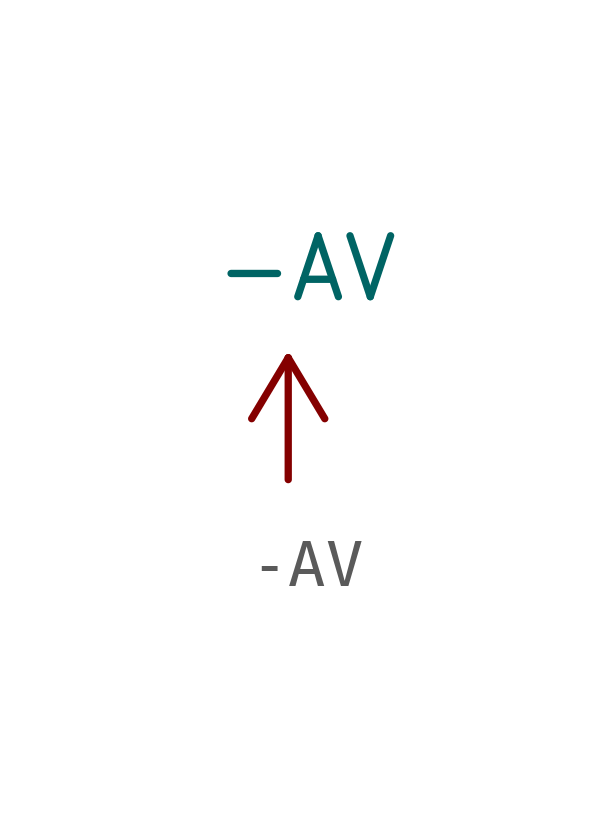
<source format=kicad_sym>
(kicad_symbol_lib
  (version 20220914)
  (generator kicad_symbol_editor)
  (symbol "-AV"
    (power)
    (pin_names
      (offset 0))
    (property "Reference" "#-AV02"
      (at 0 -3.81 0)
      (effects (font (size 1.27 1.27)) hide))
    (property "Value" "-AV"
      (at 0.381 4.394 0)
      (effects (font (size 1.27 1.27))))
    (symbol "-AV_0_1"
      (polyline (pts (xy -0.762 1.27) (xy 0 2.54)) (stroke (width 0) (type solid)) (fill (type none)))
      (polyline (pts (xy 0 0) (xy 0 2.54)) (stroke (width 0) (type solid)) (fill (type none)))
      (polyline (pts (xy 0 2.54) (xy 0.762 1.27)) (stroke (width 0) (type solid)) (fill (type none))))
    (symbol "-AV_1_1"
      (pin power_in line (at 0 0 90) (length 0) hide (name "-AV" (effects (font (size 1.27 1.27)))) (number "1" (effects (font (size 1.27 1.27))))))))
</source>
